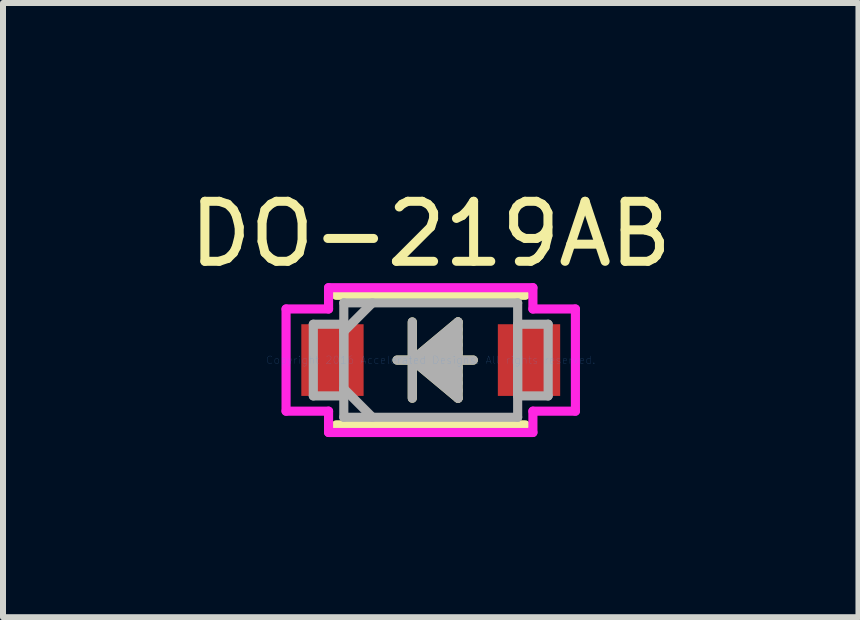
<source format=kicad_pcb>
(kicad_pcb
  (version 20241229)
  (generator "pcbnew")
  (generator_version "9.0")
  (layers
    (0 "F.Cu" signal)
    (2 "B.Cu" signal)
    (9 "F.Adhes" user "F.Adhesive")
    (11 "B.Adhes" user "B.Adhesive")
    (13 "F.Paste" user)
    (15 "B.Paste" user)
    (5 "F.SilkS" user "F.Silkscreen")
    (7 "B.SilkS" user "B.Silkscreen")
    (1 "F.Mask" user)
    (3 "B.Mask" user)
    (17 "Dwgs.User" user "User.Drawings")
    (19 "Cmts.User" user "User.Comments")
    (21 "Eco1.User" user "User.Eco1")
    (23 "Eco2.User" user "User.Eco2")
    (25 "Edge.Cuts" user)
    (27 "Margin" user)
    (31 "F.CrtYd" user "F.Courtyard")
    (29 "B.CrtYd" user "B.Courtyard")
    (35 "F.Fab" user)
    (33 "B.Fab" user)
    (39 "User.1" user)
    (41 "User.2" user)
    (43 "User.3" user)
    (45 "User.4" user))
  (footprint "DO-219AB"
    (layer "F.Cu")
    (at 4.125 2.948)
    (property "Reference" "DO-219AB" (at 0 -2.1 0) (layer "F.SilkS") (effects (font (size 1 1) (thickness 0.15))))
    (attr through_hole)
    (fp_line (start -1.575 1.079) (end 1.575 1.079) (stroke (width 0.152) (type solid)) (layer "F.SilkS"))
    (fp_line (start -0.307 -0.635) (end -0.307 0.635) (stroke (width 0.152) (type solid)) (layer "F.SilkS"))
    (fp_line (start -0.307 0) (end 0.455 -0.635) (stroke (width 0.152) (type solid)) (layer "F.SilkS"))
    (fp_line (start -0.307 0) (end 0.455 -0.508) (stroke (width 0.152) (type solid)) (layer "F.SilkS"))
    (fp_line (start -0.307 0) (end 0.455 -0.381) (stroke (width 0.152) (type solid)) (layer "F.SilkS"))
    (fp_line (start -0.307 0) (end 0.455 -0.254) (stroke (width 0.152) (type solid)) (layer "F.SilkS"))
    (fp_line (start -0.307 0) (end 0.455 -0.127) (stroke (width 0.152) (type solid)) (layer "F.SilkS"))
    (fp_line (start -0.307 0) (end 0.455 0.127) (stroke (width 0.152) (type solid)) (layer "F.SilkS"))
    (fp_line (start -0.307 0) (end 0.455 0.254) (stroke (width 0.152) (type solid)) (layer "F.SilkS"))
    (fp_line (start -0.307 0) (end 0.455 0.381) (stroke (width 0.152) (type solid)) (layer "F.SilkS"))
    (fp_line (start -0.307 0) (end 0.455 0.508) (stroke (width 0.152) (type solid)) (layer "F.SilkS"))
    (fp_line (start -0.307 0) (end 0.455 0.635) (stroke (width 0.152) (type solid)) (layer "F.SilkS"))
    (fp_line (start 0.455 -0.635) (end 0.455 0.635) (stroke (width 0.152) (type solid)) (layer "F.SilkS"))
    (fp_line (start 0.709 0) (end -0.561 0) (stroke (width 0.152) (type solid)) (layer "F.SilkS"))
    (fp_line (start 1.575 -1.079) (end -1.575 -1.079) (stroke (width 0.152) (type solid)) (layer "F.SilkS"))
    (fp_line (start -2.41 -0.851) (end -1.702 -0.851) (stroke (width 0.152) (type solid)) (layer "F.CrtYd"))
    (fp_line (start -2.41 0.851) (end -2.41 -0.851) (stroke (width 0.152) (type solid)) (layer "F.CrtYd"))
    (fp_line (start -1.702 -1.206) (end 1.702 -1.206) (stroke (width 0.152) (type solid)) (layer "F.CrtYd"))
    (fp_line (start -1.702 -0.851) (end -1.702 -1.206) (stroke (width 0.152) (type solid)) (layer "F.CrtYd"))
    (fp_line (start -1.702 0.851) (end -2.41 0.851) (stroke (width 0.152) (type solid)) (layer "F.CrtYd"))
    (fp_line (start -1.702 1.206) (end -1.702 0.851) (stroke (width 0.152) (type solid)) (layer "F.CrtYd"))
    (fp_line (start 1.702 -1.206) (end 1.702 -0.851) (stroke (width 0.152) (type solid)) (layer "F.CrtYd"))
    (fp_line (start 1.702 -0.851) (end 2.41 -0.851) (stroke (width 0.152) (type solid)) (layer "F.CrtYd"))
    (fp_line (start 1.702 0.851) (end 1.702 1.206) (stroke (width 0.152) (type solid)) (layer "F.CrtYd"))
    (fp_line (start 1.702 1.206) (end -1.702 1.206) (stroke (width 0.152) (type solid)) (layer "F.CrtYd"))
    (fp_line (start 2.41 -0.851) (end 2.41 0.851) (stroke (width 0.152) (type solid)) (layer "F.CrtYd"))
    (fp_line (start 2.41 0.851) (end 1.702 0.851) (stroke (width 0.152) (type solid)) (layer "F.CrtYd"))
    (fp_line (start -1.956 -0.597) (end -1.956 0.597) (stroke (width 0.152) (type solid)) (layer "F.Fab"))
    (fp_line (start -1.956 0.597) (end -1.448 0.597) (stroke (width 0.152) (type solid)) (layer "F.Fab"))
    (fp_line (start -1.448 -0.953) (end -1.448 0.953) (stroke (width 0.152) (type solid)) (layer "F.Fab"))
    (fp_line (start -1.448 -0.597) (end -1.956 -0.597) (stroke (width 0.152) (type solid)) (layer "F.Fab"))
    (fp_line (start -1.448 -0.476) (end -0.972 -0.953) (stroke (width 0.152) (type solid)) (layer "F.Fab"))
    (fp_line (start -1.448 0.476) (end -0.972 0.953) (stroke (width 0.152) (type solid)) (layer "F.Fab"))
    (fp_line (start -1.448 0.597) (end -1.448 -0.597) (stroke (width 0.152) (type solid)) (layer "F.Fab"))
    (fp_line (start -1.448 0.953) (end 1.448 0.953) (stroke (width 0.152) (type solid)) (layer "F.Fab"))
    (fp_line (start -0.307 -0.635) (end -0.307 0.635) (stroke (width 0.152) (type solid)) (layer "F.Fab"))
    (fp_line (start -0.307 0) (end 0.455 -0.635) (stroke (width 0.152) (type solid)) (layer "F.Fab"))
    (fp_line (start -0.307 0) (end 0.455 -0.508) (stroke (width 0.152) (type solid)) (layer "F.Fab"))
    (fp_line (start -0.307 0) (end 0.455 -0.381) (stroke (width 0.152) (type solid)) (layer "F.Fab"))
    (fp_line (start -0.307 0) (end 0.455 -0.254) (stroke (width 0.152) (type solid)) (layer "F.Fab"))
    (fp_line (start -0.307 0) (end 0.455 -0.127) (stroke (width 0.152) (type solid)) (layer "F.Fab"))
    (fp_line (start -0.307 0) (end 0.455 0.127) (stroke (width 0.152) (type solid)) (layer "F.Fab"))
    (fp_line (start -0.307 0) (end 0.455 0.254) (stroke (width 0.152) (type solid)) (layer "F.Fab"))
    (fp_line (start -0.307 0) (end 0.455 0.381) (stroke (width 0.152) (type solid)) (layer "F.Fab"))
    (fp_line (start -0.307 0) (end 0.455 0.508) (stroke (width 0.152) (type solid)) (layer "F.Fab"))
    (fp_line (start -0.307 0) (end 0.455 0.635) (stroke (width 0.152) (type solid)) (layer "F.Fab"))
    (fp_line (start 0.455 -0.635) (end 0.455 0.635) (stroke (width 0.152) (type solid)) (layer "F.Fab"))
    (fp_line (start 0.709 0) (end -0.561 0) (stroke (width 0.152) (type solid)) (layer "F.Fab"))
    (fp_line (start 1.448 -0.953) (end -1.448 -0.953) (stroke (width 0.152) (type solid)) (layer "F.Fab"))
    (fp_line (start 1.448 -0.597) (end 1.448 0.597) (stroke (width 0.152) (type solid)) (layer "F.Fab"))
    (fp_line (start 1.448 0.597) (end 1.956 0.597) (stroke (width 0.152) (type solid)) (layer "F.Fab"))
    (fp_line (start 1.448 0.953) (end 1.448 -0.953) (stroke (width 0.152) (type solid)) (layer "F.Fab"))
    (fp_line (start 1.956 -0.597) (end 1.448 -0.597) (stroke (width 0.152) (type solid)) (layer "F.Fab"))
    (fp_line (start 1.956 0.597) (end 1.956 -0.597) (stroke (width 0.152) (type solid)) (layer "F.Fab"))
    (fp_text user "Copyright 2016 Accelerated Designs. All rights reserved." (at 0 0 0) (layer "Cmts.User") (effects (font (size 0.127 0.127) (thickness 0.002))))
    (pad "1" smd rect (at -1.637 0) (size 1.038 1.194) (layers "F.Cu" "F.Mask" "F.Paste"))
    (pad "2" smd rect (at 1.637 0) (size 1.038 1.194) (layers "F.Cu" "F.Mask" "F.Paste")))
  (gr_rect
    (start -3 -3)
    (end 11.25 7.231)
    (stroke (width 0.1) (type default))
    (fill no)
    (layer "Edge.Cuts")))
</source>
